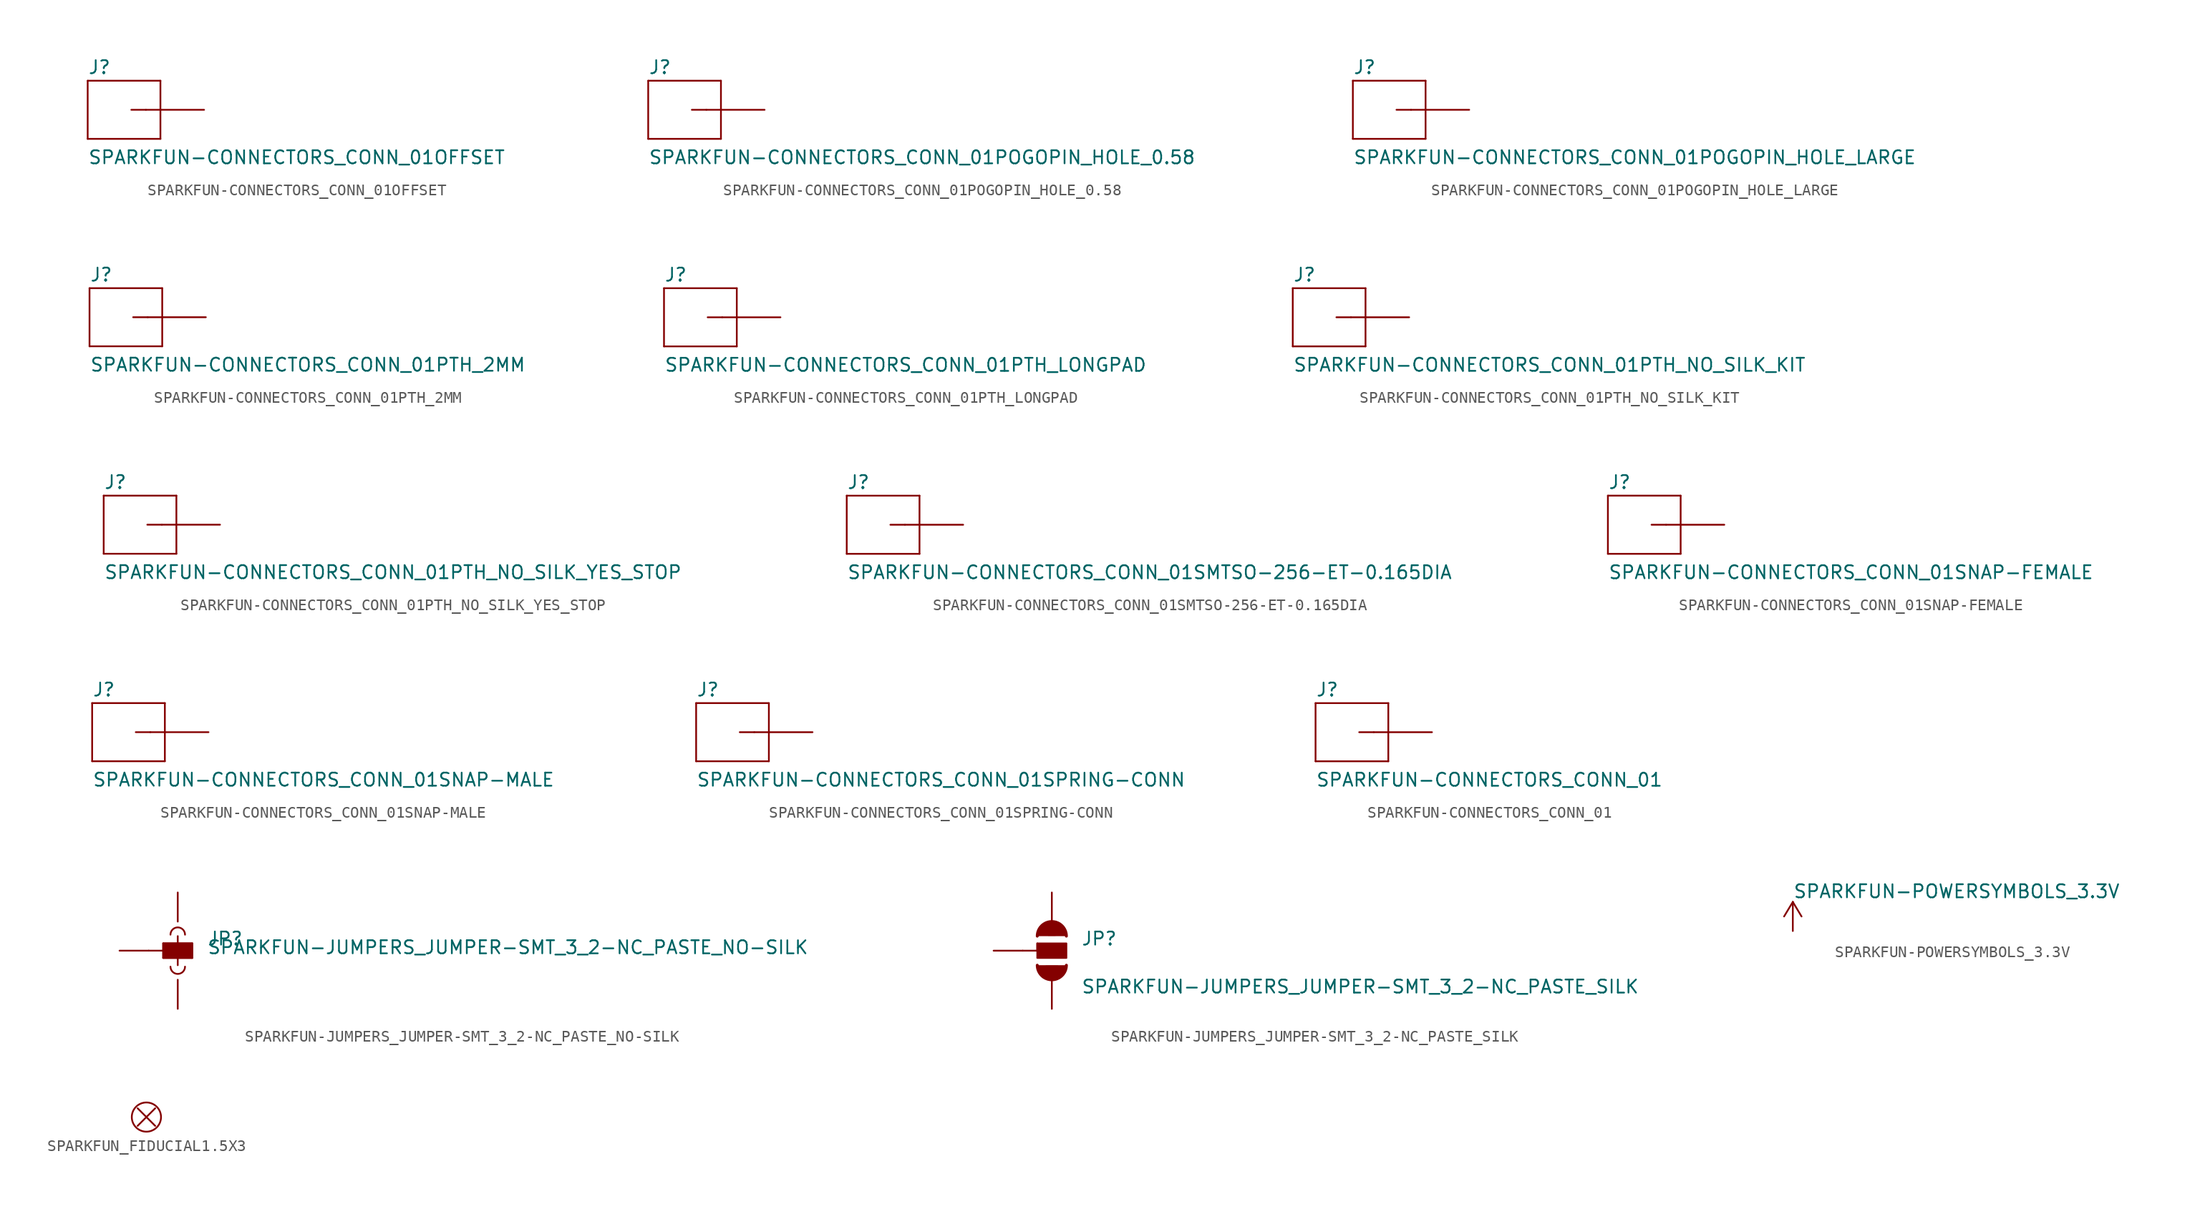
<source format=kicad_sym>
(kicad_symbol_lib
  (version 20220914)
  (generator kicad_symbol_editor)
  (symbol "SPARKFUN-CONNECTORS_CONN_01OFFSET"
    (pin_numbers hide)
    (pin_names
      (offset 1.016) hide)
    (property "Reference" "J"
      (at -2.54 3.048 0)
      (effects (font (size 1.143 1.143)) (justify left bottom)))
    (property "Value" "SPARKFUN-CONNECTORS_CONN_01OFFSET"
      (at -2.54 -4.826 0)
      (effects (font (size 1.143 1.143)) (justify left bottom)))
    (property "ki_locked" ""
      (at 0 0 0)
      (effects (font (size 1.27 1.27))))
    (symbol "SPARKFUN-CONNECTORS_CONN_01OFFSET_1_0"
      (polyline (pts (xy -2.54 2.54) (xy -2.54 -2.54)) (stroke (width 0) (type solid)) (fill (type none)))
      (polyline (pts (xy -2.54 2.54) (xy 3.81 2.54)) (stroke (width 0) (type solid)) (fill (type none)))
      (polyline (pts (xy 1.27 0) (xy 2.54 0)) (stroke (width 0) (type solid)) (fill (type none)))
      (polyline (pts (xy 3.81 -2.54) (xy -2.54 -2.54)) (stroke (width 0) (type solid)) (fill (type none)))
      (polyline (pts (xy 3.81 -2.54) (xy 3.81 2.54)) (stroke (width 0) (type solid)) (fill (type none))))
    (symbol "SPARKFUN-CONNECTORS_CONN_01OFFSET_1_1"
      (pin passive line (at 7.62 0 180) (length 5.08) (name "1" (effects (font (size 1.016 1.016)))) (number "1" (effects (font (size 1.016 1.016)))))))
  (symbol "SPARKFUN-CONNECTORS_CONN_01POGOPIN_HOLE_0.58"
    (pin_numbers hide)
    (pin_names
      (offset 1.016) hide)
    (property "Reference" "J"
      (at -2.54 3.048 0)
      (effects (font (size 1.143 1.143)) (justify left bottom)))
    (property "Value" "SPARKFUN-CONNECTORS_CONN_01POGOPIN_HOLE_0.58"
      (at -2.54 -4.826 0)
      (effects (font (size 1.143 1.143)) (justify left bottom)))
    (property "ki_locked" ""
      (at 0 0 0)
      (effects (font (size 1.27 1.27))))
    (symbol "SPARKFUN-CONNECTORS_CONN_01POGOPIN_HOLE_0.58_1_0"
      (polyline (pts (xy -2.54 2.54) (xy -2.54 -2.54)) (stroke (width 0) (type solid)) (fill (type none)))
      (polyline (pts (xy -2.54 2.54) (xy 3.81 2.54)) (stroke (width 0) (type solid)) (fill (type none)))
      (polyline (pts (xy 1.27 0) (xy 2.54 0)) (stroke (width 0) (type solid)) (fill (type none)))
      (polyline (pts (xy 3.81 -2.54) (xy -2.54 -2.54)) (stroke (width 0) (type solid)) (fill (type none)))
      (polyline (pts (xy 3.81 -2.54) (xy 3.81 2.54)) (stroke (width 0) (type solid)) (fill (type none))))
    (symbol "SPARKFUN-CONNECTORS_CONN_01POGOPIN_HOLE_0.58_1_1"
      (pin passive line (at 7.62 0 180) (length 5.08) (name "1" (effects (font (size 1.016 1.016)))) (number "1" (effects (font (size 1.016 1.016)))))))
  (symbol "SPARKFUN-CONNECTORS_CONN_01POGOPIN_HOLE_LARGE"
    (pin_numbers hide)
    (pin_names
      (offset 1.016) hide)
    (property "Reference" "J"
      (at -2.54 3.048 0)
      (effects (font (size 1.143 1.143)) (justify left bottom)))
    (property "Value" "SPARKFUN-CONNECTORS_CONN_01POGOPIN_HOLE_LARGE"
      (at -2.54 -4.826 0)
      (effects (font (size 1.143 1.143)) (justify left bottom)))
    (property "ki_locked" ""
      (at 0 0 0)
      (effects (font (size 1.27 1.27))))
    (symbol "SPARKFUN-CONNECTORS_CONN_01POGOPIN_HOLE_LARGE_1_0"
      (polyline (pts (xy -2.54 2.54) (xy -2.54 -2.54)) (stroke (width 0) (type solid)) (fill (type none)))
      (polyline (pts (xy -2.54 2.54) (xy 3.81 2.54)) (stroke (width 0) (type solid)) (fill (type none)))
      (polyline (pts (xy 1.27 0) (xy 2.54 0)) (stroke (width 0) (type solid)) (fill (type none)))
      (polyline (pts (xy 3.81 -2.54) (xy -2.54 -2.54)) (stroke (width 0) (type solid)) (fill (type none)))
      (polyline (pts (xy 3.81 -2.54) (xy 3.81 2.54)) (stroke (width 0) (type solid)) (fill (type none))))
    (symbol "SPARKFUN-CONNECTORS_CONN_01POGOPIN_HOLE_LARGE_1_1"
      (pin passive line (at 7.62 0 180) (length 5.08) (name "1" (effects (font (size 1.016 1.016)))) (number "1" (effects (font (size 1.016 1.016)))))))
  (symbol "SPARKFUN-CONNECTORS_CONN_01PTH_2MM"
    (pin_numbers hide)
    (pin_names
      (offset 1.016) hide)
    (property "Reference" "J"
      (at -2.54 3.048 0)
      (effects (font (size 1.143 1.143)) (justify left bottom)))
    (property "Value" "SPARKFUN-CONNECTORS_CONN_01PTH_2MM"
      (at -2.54 -4.826 0)
      (effects (font (size 1.143 1.143)) (justify left bottom)))
    (property "ki_locked" ""
      (at 0 0 0)
      (effects (font (size 1.27 1.27))))
    (symbol "SPARKFUN-CONNECTORS_CONN_01PTH_2MM_1_0"
      (polyline (pts (xy -2.54 2.54) (xy -2.54 -2.54)) (stroke (width 0) (type solid)) (fill (type none)))
      (polyline (pts (xy -2.54 2.54) (xy 3.81 2.54)) (stroke (width 0) (type solid)) (fill (type none)))
      (polyline (pts (xy 1.27 0) (xy 2.54 0)) (stroke (width 0) (type solid)) (fill (type none)))
      (polyline (pts (xy 3.81 -2.54) (xy -2.54 -2.54)) (stroke (width 0) (type solid)) (fill (type none)))
      (polyline (pts (xy 3.81 -2.54) (xy 3.81 2.54)) (stroke (width 0) (type solid)) (fill (type none))))
    (symbol "SPARKFUN-CONNECTORS_CONN_01PTH_2MM_1_1"
      (pin passive line (at 7.62 0 180) (length 5.08) (name "1" (effects (font (size 1.016 1.016)))) (number "1" (effects (font (size 1.016 1.016)))))))
  (symbol "SPARKFUN-CONNECTORS_CONN_01PTH_LONGPAD"
    (pin_numbers hide)
    (pin_names
      (offset 1.016) hide)
    (property "Reference" "J"
      (at -2.54 3.048 0)
      (effects (font (size 1.143 1.143)) (justify left bottom)))
    (property "Value" "SPARKFUN-CONNECTORS_CONN_01PTH_LONGPAD"
      (at -2.54 -4.826 0)
      (effects (font (size 1.143 1.143)) (justify left bottom)))
    (property "ki_locked" ""
      (at 0 0 0)
      (effects (font (size 1.27 1.27))))
    (symbol "SPARKFUN-CONNECTORS_CONN_01PTH_LONGPAD_1_0"
      (polyline (pts (xy -2.54 2.54) (xy -2.54 -2.54)) (stroke (width 0) (type solid)) (fill (type none)))
      (polyline (pts (xy -2.54 2.54) (xy 3.81 2.54)) (stroke (width 0) (type solid)) (fill (type none)))
      (polyline (pts (xy 1.27 0) (xy 2.54 0)) (stroke (width 0) (type solid)) (fill (type none)))
      (polyline (pts (xy 3.81 -2.54) (xy -2.54 -2.54)) (stroke (width 0) (type solid)) (fill (type none)))
      (polyline (pts (xy 3.81 -2.54) (xy 3.81 2.54)) (stroke (width 0) (type solid)) (fill (type none))))
    (symbol "SPARKFUN-CONNECTORS_CONN_01PTH_LONGPAD_1_1"
      (pin passive line (at 7.62 0 180) (length 5.08) (name "1" (effects (font (size 1.016 1.016)))) (number "1" (effects (font (size 1.016 1.016)))))))
  (symbol "SPARKFUN-CONNECTORS_CONN_01PTH_NO_SILK_KIT"
    (pin_numbers hide)
    (pin_names
      (offset 1.016) hide)
    (property "Reference" "J"
      (at -2.54 3.048 0)
      (effects (font (size 1.143 1.143)) (justify left bottom)))
    (property "Value" "SPARKFUN-CONNECTORS_CONN_01PTH_NO_SILK_KIT"
      (at -2.54 -4.826 0)
      (effects (font (size 1.143 1.143)) (justify left bottom)))
    (property "ki_locked" ""
      (at 0 0 0)
      (effects (font (size 1.27 1.27))))
    (symbol "SPARKFUN-CONNECTORS_CONN_01PTH_NO_SILK_KIT_1_0"
      (polyline (pts (xy -2.54 2.54) (xy -2.54 -2.54)) (stroke (width 0) (type solid)) (fill (type none)))
      (polyline (pts (xy -2.54 2.54) (xy 3.81 2.54)) (stroke (width 0) (type solid)) (fill (type none)))
      (polyline (pts (xy 1.27 0) (xy 2.54 0)) (stroke (width 0) (type solid)) (fill (type none)))
      (polyline (pts (xy 3.81 -2.54) (xy -2.54 -2.54)) (stroke (width 0) (type solid)) (fill (type none)))
      (polyline (pts (xy 3.81 -2.54) (xy 3.81 2.54)) (stroke (width 0) (type solid)) (fill (type none))))
    (symbol "SPARKFUN-CONNECTORS_CONN_01PTH_NO_SILK_KIT_1_1"
      (pin passive line (at 7.62 0 180) (length 5.08) (name "1" (effects (font (size 1.016 1.016)))) (number "1" (effects (font (size 1.016 1.016)))))))
  (symbol "SPARKFUN-CONNECTORS_CONN_01PTH_NO_SILK_YES_STOP"
    (pin_numbers hide)
    (pin_names
      (offset 1.016) hide)
    (property "Reference" "J"
      (at -2.54 3.048 0)
      (effects (font (size 1.143 1.143)) (justify left bottom)))
    (property "Value" "SPARKFUN-CONNECTORS_CONN_01PTH_NO_SILK_YES_STOP"
      (at -2.54 -4.826 0)
      (effects (font (size 1.143 1.143)) (justify left bottom)))
    (property "ki_locked" ""
      (at 0 0 0)
      (effects (font (size 1.27 1.27))))
    (symbol "SPARKFUN-CONNECTORS_CONN_01PTH_NO_SILK_YES_STOP_1_0"
      (polyline (pts (xy -2.54 2.54) (xy -2.54 -2.54)) (stroke (width 0) (type solid)) (fill (type none)))
      (polyline (pts (xy -2.54 2.54) (xy 3.81 2.54)) (stroke (width 0) (type solid)) (fill (type none)))
      (polyline (pts (xy 1.27 0) (xy 2.54 0)) (stroke (width 0) (type solid)) (fill (type none)))
      (polyline (pts (xy 3.81 -2.54) (xy -2.54 -2.54)) (stroke (width 0) (type solid)) (fill (type none)))
      (polyline (pts (xy 3.81 -2.54) (xy 3.81 2.54)) (stroke (width 0) (type solid)) (fill (type none))))
    (symbol "SPARKFUN-CONNECTORS_CONN_01PTH_NO_SILK_YES_STOP_1_1"
      (pin passive line (at 7.62 0 180) (length 5.08) (name "1" (effects (font (size 1.016 1.016)))) (number "1" (effects (font (size 1.016 1.016)))))))
  (symbol "SPARKFUN-CONNECTORS_CONN_01SMTSO-256-ET-0.165DIA"
    (pin_numbers hide)
    (pin_names
      (offset 1.016) hide)
    (property "Reference" "J"
      (at -2.54 3.048 0)
      (effects (font (size 1.143 1.143)) (justify left bottom)))
    (property "Value" "SPARKFUN-CONNECTORS_CONN_01SMTSO-256-ET-0.165DIA"
      (at -2.54 -4.826 0)
      (effects (font (size 1.143 1.143)) (justify left bottom)))
    (property "ki_locked" ""
      (at 0 0 0)
      (effects (font (size 1.27 1.27))))
    (symbol "SPARKFUN-CONNECTORS_CONN_01SMTSO-256-ET-0.165DIA_1_0"
      (polyline (pts (xy -2.54 2.54) (xy -2.54 -2.54)) (stroke (width 0) (type solid)) (fill (type none)))
      (polyline (pts (xy -2.54 2.54) (xy 3.81 2.54)) (stroke (width 0) (type solid)) (fill (type none)))
      (polyline (pts (xy 1.27 0) (xy 2.54 0)) (stroke (width 0) (type solid)) (fill (type none)))
      (polyline (pts (xy 3.81 -2.54) (xy -2.54 -2.54)) (stroke (width 0) (type solid)) (fill (type none)))
      (polyline (pts (xy 3.81 -2.54) (xy 3.81 2.54)) (stroke (width 0) (type solid)) (fill (type none))))
    (symbol "SPARKFUN-CONNECTORS_CONN_01SMTSO-256-ET-0.165DIA_1_1"
      (pin passive line (at 7.62 0 180) (length 5.08) (name "1" (effects (font (size 1.016 1.016)))) (number "P$1" (effects (font (size 1.016 1.016)))))))
  (symbol "SPARKFUN-CONNECTORS_CONN_01SNAP-FEMALE"
    (pin_numbers hide)
    (pin_names
      (offset 1.016) hide)
    (property "Reference" "J"
      (at -2.54 3.048 0)
      (effects (font (size 1.143 1.143)) (justify left bottom)))
    (property "Value" "SPARKFUN-CONNECTORS_CONN_01SNAP-FEMALE"
      (at -2.54 -4.826 0)
      (effects (font (size 1.143 1.143)) (justify left bottom)))
    (property "ki_locked" ""
      (at 0 0 0)
      (effects (font (size 1.27 1.27))))
    (symbol "SPARKFUN-CONNECTORS_CONN_01SNAP-FEMALE_1_0"
      (polyline (pts (xy -2.54 2.54) (xy -2.54 -2.54)) (stroke (width 0) (type solid)) (fill (type none)))
      (polyline (pts (xy -2.54 2.54) (xy 3.81 2.54)) (stroke (width 0) (type solid)) (fill (type none)))
      (polyline (pts (xy 1.27 0) (xy 2.54 0)) (stroke (width 0) (type solid)) (fill (type none)))
      (polyline (pts (xy 3.81 -2.54) (xy -2.54 -2.54)) (stroke (width 0) (type solid)) (fill (type none)))
      (polyline (pts (xy 3.81 -2.54) (xy 3.81 2.54)) (stroke (width 0) (type solid)) (fill (type none))))
    (symbol "SPARKFUN-CONNECTORS_CONN_01SNAP-FEMALE_1_1"
      (pin passive line (at 7.62 0 180) (length 5.08) (name "1" (effects (font (size 1.016 1.016)))) (number "1" (effects (font (size 1.016 1.016)))))))
  (symbol "SPARKFUN-CONNECTORS_CONN_01SNAP-MALE"
    (pin_numbers hide)
    (pin_names
      (offset 1.016) hide)
    (property "Reference" "J"
      (at -2.54 3.048 0)
      (effects (font (size 1.143 1.143)) (justify left bottom)))
    (property "Value" "SPARKFUN-CONNECTORS_CONN_01SNAP-MALE"
      (at -2.54 -4.826 0)
      (effects (font (size 1.143 1.143)) (justify left bottom)))
    (property "ki_locked" ""
      (at 0 0 0)
      (effects (font (size 1.27 1.27))))
    (symbol "SPARKFUN-CONNECTORS_CONN_01SNAP-MALE_1_0"
      (polyline (pts (xy -2.54 2.54) (xy -2.54 -2.54)) (stroke (width 0) (type solid)) (fill (type none)))
      (polyline (pts (xy -2.54 2.54) (xy 3.81 2.54)) (stroke (width 0) (type solid)) (fill (type none)))
      (polyline (pts (xy 1.27 0) (xy 2.54 0)) (stroke (width 0) (type solid)) (fill (type none)))
      (polyline (pts (xy 3.81 -2.54) (xy -2.54 -2.54)) (stroke (width 0) (type solid)) (fill (type none)))
      (polyline (pts (xy 3.81 -2.54) (xy 3.81 2.54)) (stroke (width 0) (type solid)) (fill (type none))))
    (symbol "SPARKFUN-CONNECTORS_CONN_01SNAP-MALE_1_1"
      (pin passive line (at 7.62 0 180) (length 5.08) (name "1" (effects (font (size 1.016 1.016)))) (number "2" (effects (font (size 1.016 1.016)))))))
  (symbol "SPARKFUN-CONNECTORS_CONN_01SPRING-CONN"
    (pin_numbers hide)
    (pin_names
      (offset 1.016) hide)
    (property "Reference" "J"
      (at -2.54 3.048 0)
      (effects (font (size 1.143 1.143)) (justify left bottom)))
    (property "Value" "SPARKFUN-CONNECTORS_CONN_01SPRING-CONN"
      (at -2.54 -4.826 0)
      (effects (font (size 1.143 1.143)) (justify left bottom)))
    (property "ki_locked" ""
      (at 0 0 0)
      (effects (font (size 1.27 1.27))))
    (symbol "SPARKFUN-CONNECTORS_CONN_01SPRING-CONN_1_0"
      (polyline (pts (xy -2.54 2.54) (xy -2.54 -2.54)) (stroke (width 0) (type solid)) (fill (type none)))
      (polyline (pts (xy -2.54 2.54) (xy 3.81 2.54)) (stroke (width 0) (type solid)) (fill (type none)))
      (polyline (pts (xy 1.27 0) (xy 2.54 0)) (stroke (width 0) (type solid)) (fill (type none)))
      (polyline (pts (xy 3.81 -2.54) (xy -2.54 -2.54)) (stroke (width 0) (type solid)) (fill (type none)))
      (polyline (pts (xy 3.81 -2.54) (xy 3.81 2.54)) (stroke (width 0) (type solid)) (fill (type none))))
    (symbol "SPARKFUN-CONNECTORS_CONN_01SPRING-CONN_1_1"
      (pin passive line (at 7.62 0 180) (length 5.08) (name "1" (effects (font (size 1.016 1.016)))) (number "P$2" (effects (font (size 1.016 1.016)))))))
  (symbol "SPARKFUN-CONNECTORS_CONN_01"
    (pin_numbers hide)
    (pin_names
      (offset 1.016) hide)
    (property "Reference" "J"
      (at -2.54 3.048 0)
      (effects (font (size 1.143 1.143)) (justify left bottom)))
    (property "Value" "SPARKFUN-CONNECTORS_CONN_01"
      (at -2.54 -4.826 0)
      (effects (font (size 1.143 1.143)) (justify left bottom)))
    (property "ki_locked" ""
      (at 0 0 0)
      (effects (font (size 1.27 1.27))))
    (symbol "SPARKFUN-CONNECTORS_CONN_01_1_0"
      (polyline (pts (xy -2.54 2.54) (xy -2.54 -2.54)) (stroke (width 0) (type solid)) (fill (type none)))
      (polyline (pts (xy -2.54 2.54) (xy 3.81 2.54)) (stroke (width 0) (type solid)) (fill (type none)))
      (polyline (pts (xy 1.27 0) (xy 2.54 0)) (stroke (width 0) (type solid)) (fill (type none)))
      (polyline (pts (xy 3.81 -2.54) (xy -2.54 -2.54)) (stroke (width 0) (type solid)) (fill (type none)))
      (polyline (pts (xy 3.81 -2.54) (xy 3.81 2.54)) (stroke (width 0) (type solid)) (fill (type none))))
    (symbol "SPARKFUN-CONNECTORS_CONN_01_1_1"
      (pin passive line (at 7.62 0 180) (length 5.08) (name "1" (effects (font (size 1.016 1.016)))) (number "1" (effects (font (size 1.016 1.016)))))))
  (symbol "SPARKFUN-JUMPERS_JUMPER-SMT_3_2-NC_PASTE_NO-SILK"
    (pin_numbers hide)
    (pin_names
      (offset 1.016) hide)
    (property "Reference" "JP"
      (at 2.54 0.381 0)
      (effects (font (size 1.143 1.143)) (justify left bottom)))
    (property "Value" "SPARKFUN-JUMPERS_JUMPER-SMT_3_2-NC_PASTE_NO-SILK"
      (at 2.54 -0.381 0)
      (effects (font (size 1.143 1.143)) (justify left bottom)))
    (property "ki_locked" ""
      (at 0 0 0)
      (effects (font (size 1.27 1.27))))
    (symbol "SPARKFUN-JUMPERS_JUMPER-SMT_3_2-NC_PASTE_NO-SILK_1_0"
      (polyline (pts (xy -2.54 0) (xy -1.27 0)) (stroke (width 0) (type solid)) (fill (type none)))
      (polyline (pts (xy -1.27 -0.635) (xy -1.27 0)) (stroke (width 0) (type solid)) (fill (type none)))
      (polyline (pts (xy -1.27 0) (xy -1.27 0.635)) (stroke (width 0) (type solid)) (fill (type none)))
      (polyline (pts (xy -1.27 0.635) (xy 1.27 0.635)) (stroke (width 0) (type solid)) (fill (type none)))
      (polyline (pts (xy 0 1.27) (xy 0 -1.27)) (stroke (width 0) (type solid)) (fill (type none)))
      (polyline (pts (xy 1.27 -0.635) (xy -1.27 -0.635)) (stroke (width 0) (type solid)) (fill (type none)))
      (polyline (pts (xy 1.27 0.635) (xy 1.27 -0.635)) (stroke (width 0) (type solid)) (fill (type none))))
    (symbol "SPARKFUN-JUMPERS_JUMPER-SMT_3_2-NC_PASTE_NO-SILK_1_1"
      (rectangle (start -1.27 -0.635) (end 1.27 0.635) (stroke (width 0) (type solid)) (fill (type outline)))
      (arc (start -0.635 -1.397) (mid 0 -2.032) (end 0.635 -1.397) (stroke (width 0) (type solid)) (fill (type none)))
      (arc (start 0.635 1.397) (mid 0 2.032) (end -0.635 1.397) (stroke (width 0) (type solid)) (fill (type none)))
      (pin passive line (at 0 5.08 270) (length 2.54) (name "1" (effects (font (size 1.016 1.016)))) (number "1" (effects (font (size 1.016 1.016)))))
      (pin passive line (at -5.08 0 0) (length 2.54) (name "2" (effects (font (size 1.016 1.016)))) (number "2" (effects (font (size 1.016 1.016)))))
      (pin passive line (at 0 -5.08 90) (length 2.54) (name "3" (effects (font (size 1.016 1.016)))) (number "3" (effects (font (size 1.016 1.016)))))))
  (symbol "SPARKFUN-JUMPERS_JUMPER-SMT_3_2-NC_PASTE_SILK"
    (pin_numbers hide)
    (pin_names
      (offset 1.016) hide)
    (property "Reference" "JP"
      (at 2.54 0.381 0)
      (effects (font (size 1.143 1.143)) (justify left bottom)))
    (property "Value" "SPARKFUN-JUMPERS_JUMPER-SMT_3_2-NC_PASTE_SILK"
      (at 2.54 -3.81 0)
      (effects (font (size 1.143 1.143)) (justify left bottom)))
    (property "ki_locked" ""
      (at 0 0 0)
      (effects (font (size 1.27 1.27))))
    (symbol "SPARKFUN-JUMPERS_JUMPER-SMT_3_2-NC_PASTE_SILK_1_0"
      (arc (start -1.27 -1.27) (mid 0 -2.54) (end 1.27 -1.27) (stroke (width 0.254) (type solid)) (fill (type outline)))
      (polyline (pts (xy -2.54 0) (xy -1.27 0)) (stroke (width 0) (type solid)) (fill (type none)))
      (polyline (pts (xy -1.27 0) (xy -1.27 0.635)) (stroke (width 0) (type solid)) (fill (type none)))
      (arc (start 1.27 1.27) (mid 0 2.54) (end -1.27 1.27) (stroke (width 0.254) (type solid)) (fill (type outline))))
    (symbol "SPARKFUN-JUMPERS_JUMPER-SMT_3_2-NC_PASTE_SILK_1_1"
      (rectangle (start -1.27 -0.635) (end 1.27 0.635) (stroke (width 0) (type solid)) (fill (type outline)))
      (pin passive line (at 0 5.08 270) (length 2.54) (name "1" (effects (font (size 1.016 1.016)))) (number "1" (effects (font (size 1.016 1.016)))))
      (pin passive line (at -5.08 0 0) (length 2.54) (name "2" (effects (font (size 1.016 1.016)))) (number "2" (effects (font (size 1.016 1.016)))))
      (pin passive line (at 0 -5.08 90) (length 2.54) (name "3" (effects (font (size 1.016 1.016)))) (number "3" (effects (font (size 1.016 1.016)))))))
  (symbol "SPARKFUN-POWERSYMBOLS_3.3V"
    (power)
    (pin_numbers hide)
    (pin_names
      (offset 1.016) hide)
    (property "Reference" "#SUPPLY"
      (at 0 0 0)
      (effects (font (size 1.143 1.143)) (justify left bottom) hide))
    (property "Value" "SPARKFUN-POWERSYMBOLS_3.3V"
      (at 0 2.794 0)
      (effects (font (size 1.143 1.143)) (justify left bottom)))
    (property "ki_locked" ""
      (at 0 0 0)
      (effects (font (size 1.27 1.27))))
    (symbol "SPARKFUN-POWERSYMBOLS_3.3V_1_0"
      (polyline (pts (xy 0 0) (xy 0 2.54)) (stroke (width 0) (type solid)) (fill (type none)))
      (polyline (pts (xy 0 2.54) (xy -0.762 1.27)) (stroke (width 0) (type solid)) (fill (type none)))
      (polyline (pts (xy 0.762 1.27) (xy 0 2.54)) (stroke (width 0) (type solid)) (fill (type none))))
    (symbol "SPARKFUN-POWERSYMBOLS_3.3V_1_1"
      (pin power_in line (at 0 0 90) (length 2.54) hide (name "3.3V" (effects (font (size 1.016 1.016)))) (number "~" (effects (font (size 1.016 1.016)))))))
  (symbol "SPARKFUN_FIDUCIAL1.5X3"
    (pin_numbers hide)
    (pin_names
      (offset 1.016) hide)
    (property "Reference" "JP"
      (at 0 0 0)
      (effects (font (size 1.143 1.143)) hide))
    (property "ki_locked" ""
      (at 0 0 0)
      (effects (font (size 1.27 1.27))))
    (symbol "SPARKFUN_FIDUCIAL1.5X3_1_0"
      (polyline (pts (xy -0.762 0.762) (xy 0.762 -0.762)) (stroke (width 0) (type solid)) (fill (type none)))
      (polyline (pts (xy 0.762 0.762) (xy -0.762 -0.762)) (stroke (width 0) (type solid)) (fill (type none))))
    (symbol "SPARKFUN_FIDUCIAL1.5X3_1_1"
      (circle (center 0 0) (radius 1.27) (stroke (width 0) (type solid)) (fill (type none))))))
</source>
